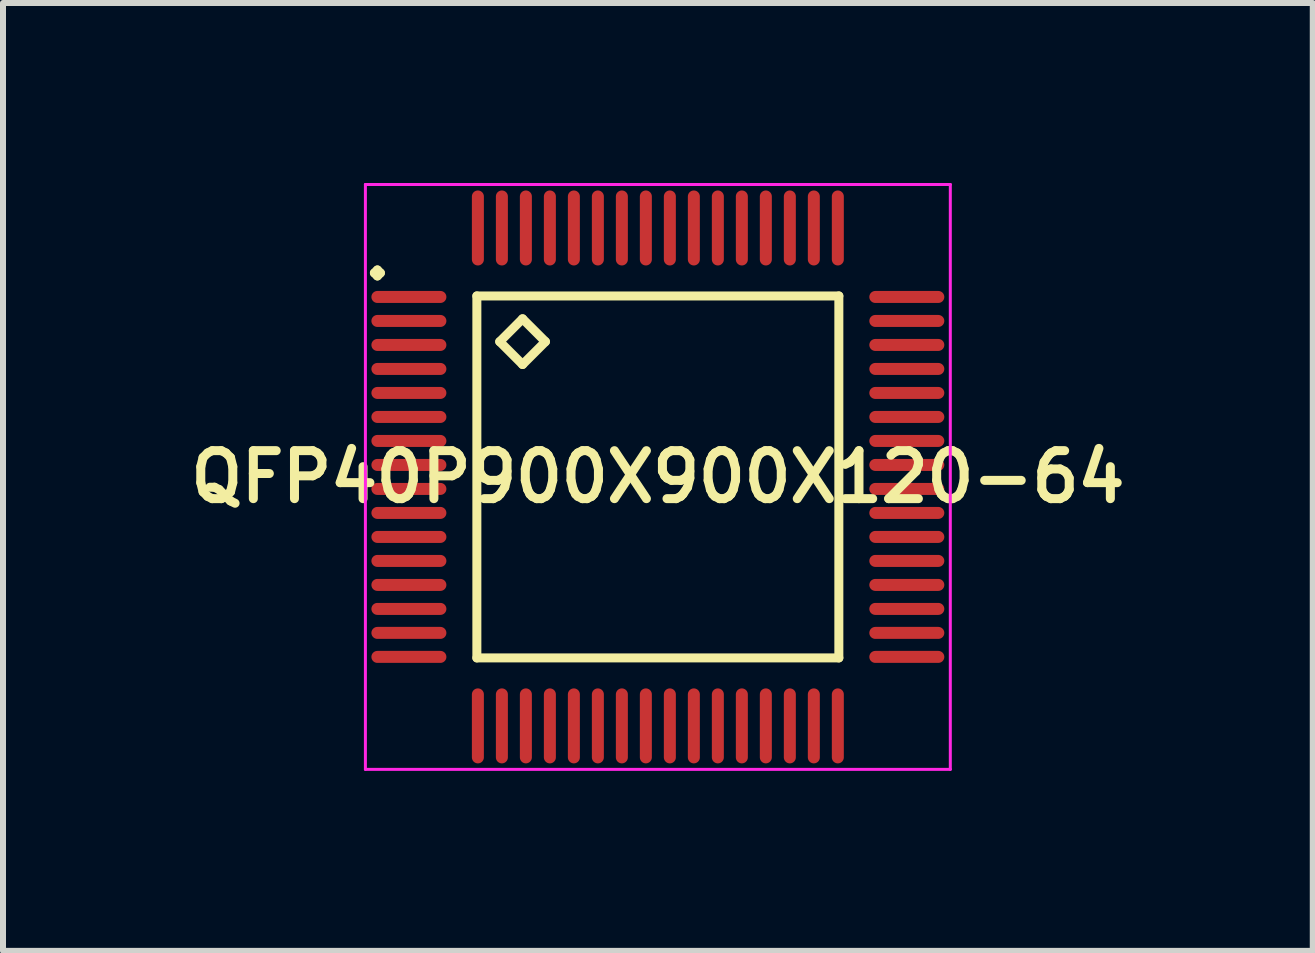
<source format=kicad_pcb>
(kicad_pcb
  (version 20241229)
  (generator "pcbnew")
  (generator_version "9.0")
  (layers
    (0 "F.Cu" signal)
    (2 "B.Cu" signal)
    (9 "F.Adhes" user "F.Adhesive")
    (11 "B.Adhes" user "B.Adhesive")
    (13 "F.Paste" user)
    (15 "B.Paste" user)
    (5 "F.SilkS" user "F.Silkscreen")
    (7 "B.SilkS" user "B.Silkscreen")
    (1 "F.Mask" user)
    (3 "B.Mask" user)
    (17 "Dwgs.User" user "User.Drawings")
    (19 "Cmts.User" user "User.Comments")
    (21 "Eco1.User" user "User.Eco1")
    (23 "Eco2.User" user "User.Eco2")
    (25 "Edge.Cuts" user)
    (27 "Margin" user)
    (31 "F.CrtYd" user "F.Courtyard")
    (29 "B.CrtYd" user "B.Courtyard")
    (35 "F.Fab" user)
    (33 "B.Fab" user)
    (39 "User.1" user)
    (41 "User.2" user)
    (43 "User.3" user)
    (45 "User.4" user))
  (footprint "QFP40P900X900X120-64"
    (layer "F.Cu")
    (at 7.916 4.9)
    (property "Reference" "QFP40P900X900X120-64" (at 0 0 0) (layer "F.SilkS") (effects (font (size 0.8 0.8) (thickness 0.15))))
    (attr smd)
    (fp_line (start -4.725 -3.4) (end -4.675 -3.45) (stroke (width 0.15) (type solid)) (layer "F.SilkS"))
    (fp_line (start -4.675 -3.45) (end -4.625 -3.4) (stroke (width 0.15) (type solid)) (layer "F.SilkS"))
    (fp_line (start -4.675 -3.35) (end -4.725 -3.4) (stroke (width 0.15) (type solid)) (layer "F.SilkS"))
    (fp_line (start -4.625 -3.4) (end -4.675 -3.35) (stroke (width 0.15) (type solid)) (layer "F.SilkS"))
    (fp_line (start -3.017 -3.017) (end -3.017 3.017) (stroke (width 0.15) (type solid)) (layer "F.SilkS"))
    (fp_line (start -3.017 3.017) (end 3.017 3.017) (stroke (width 0.15) (type solid)) (layer "F.SilkS"))
    (fp_line (start -2.636 -2.255) (end -2.255 -2.636) (stroke (width 0.15) (type solid)) (layer "F.SilkS"))
    (fp_line (start -2.255 -2.636) (end -1.874 -2.255) (stroke (width 0.15) (type solid)) (layer "F.SilkS"))
    (fp_line (start -2.255 -1.874) (end -2.636 -2.255) (stroke (width 0.15) (type solid)) (layer "F.SilkS"))
    (fp_line (start -1.874 -2.255) (end -2.255 -1.874) (stroke (width 0.15) (type solid)) (layer "F.SilkS"))
    (fp_line (start 3.017 -3.017) (end -3.017 -3.017) (stroke (width 0.15) (type solid)) (layer "F.SilkS"))
    (fp_line (start 3.017 3.017) (end 3.017 -3.017) (stroke (width 0.15) (type solid)) (layer "F.SilkS"))
    (fp_line (start -4.875 -4.875) (end 4.875 -4.875) (stroke (width 0.05) (type solid)) (layer "F.CrtYd"))
    (fp_line (start -4.875 4.875) (end -4.875 -4.875) (stroke (width 0.05) (type solid)) (layer "F.CrtYd"))
    (fp_line (start 4.875 -4.875) (end 4.875 4.875) (stroke (width 0.05) (type solid)) (layer "F.CrtYd"))
    (fp_line (start 4.875 4.875) (end -4.875 4.875) (stroke (width 0.05) (type solid)) (layer "F.CrtYd"))
    (pad "1" smd oval (at -4.15 -3) (size 1.25 0.2) (layers "F.Cu" "F.Mask" "F.Paste"))
    (pad "2" smd oval (at -4.15 -2.6) (size 1.25 0.2) (layers "F.Cu" "F.Mask" "F.Paste"))
    (pad "3" smd oval (at -4.15 -2.2) (size 1.25 0.2) (layers "F.Cu" "F.Mask" "F.Paste"))
    (pad "4" smd oval (at -4.15 -1.8) (size 1.25 0.2) (layers "F.Cu" "F.Mask" "F.Paste"))
    (pad "5" smd oval (at -4.15 -1.4) (size 1.25 0.2) (layers "F.Cu" "F.Mask" "F.Paste"))
    (pad "6" smd oval (at -4.15 -1) (size 1.25 0.2) (layers "F.Cu" "F.Mask" "F.Paste"))
    (pad "7" smd oval (at -4.15 -0.6) (size 1.25 0.2) (layers "F.Cu" "F.Mask" "F.Paste"))
    (pad "8" smd oval (at -4.15 -0.2) (size 1.25 0.2) (layers "F.Cu" "F.Mask" "F.Paste"))
    (pad "9" smd oval (at -4.15 0.2) (size 1.25 0.2) (layers "F.Cu" "F.Mask" "F.Paste"))
    (pad "10" smd oval (at -4.15 0.6) (size 1.25 0.2) (layers "F.Cu" "F.Mask" "F.Paste"))
    (pad "11" smd oval (at -4.15 1) (size 1.25 0.2) (layers "F.Cu" "F.Mask" "F.Paste"))
    (pad "12" smd oval (at -4.15 1.4) (size 1.25 0.2) (layers "F.Cu" "F.Mask" "F.Paste"))
    (pad "13" smd oval (at -4.15 1.8) (size 1.25 0.2) (layers "F.Cu" "F.Mask" "F.Paste"))
    (pad "14" smd oval (at -4.15 2.2) (size 1.25 0.2) (layers "F.Cu" "F.Mask" "F.Paste"))
    (pad "15" smd oval (at -4.15 2.6) (size 1.25 0.2) (layers "F.Cu" "F.Mask" "F.Paste"))
    (pad "16" smd oval (at -4.15 3) (size 1.25 0.2) (layers "F.Cu" "F.Mask" "F.Paste"))
    (pad "17" smd oval (at -3 4.15) (size 0.2 1.25) (layers "F.Cu" "F.Mask" "F.Paste"))
    (pad "18" smd oval (at -2.6 4.15) (size 0.2 1.25) (layers "F.Cu" "F.Mask" "F.Paste"))
    (pad "19" smd oval (at -2.2 4.15) (size 0.2 1.25) (layers "F.Cu" "F.Mask" "F.Paste"))
    (pad "20" smd oval (at -1.8 4.15) (size 0.2 1.25) (layers "F.Cu" "F.Mask" "F.Paste"))
    (pad "21" smd oval (at -1.4 4.15) (size 0.2 1.25) (layers "F.Cu" "F.Mask" "F.Paste"))
    (pad "22" smd oval (at -1 4.15) (size 0.2 1.25) (layers "F.Cu" "F.Mask" "F.Paste"))
    (pad "23" smd oval (at -0.6 4.15) (size 0.2 1.25) (layers "F.Cu" "F.Mask" "F.Paste"))
    (pad "24" smd oval (at -0.2 4.15) (size 0.2 1.25) (layers "F.Cu" "F.Mask" "F.Paste"))
    (pad "25" smd oval (at 0.2 4.15) (size 0.2 1.25) (layers "F.Cu" "F.Mask" "F.Paste"))
    (pad "26" smd oval (at 0.6 4.15) (size 0.2 1.25) (layers "F.Cu" "F.Mask" "F.Paste"))
    (pad "27" smd oval (at 1 4.15) (size 0.2 1.25) (layers "F.Cu" "F.Mask" "F.Paste"))
    (pad "28" smd oval (at 1.4 4.15) (size 0.2 1.25) (layers "F.Cu" "F.Mask" "F.Paste"))
    (pad "29" smd oval (at 1.8 4.15) (size 0.2 1.25) (layers "F.Cu" "F.Mask" "F.Paste"))
    (pad "30" smd oval (at 2.2 4.15) (size 0.2 1.25) (layers "F.Cu" "F.Mask" "F.Paste"))
    (pad "31" smd oval (at 2.6 4.15) (size 0.2 1.25) (layers "F.Cu" "F.Mask" "F.Paste"))
    (pad "32" smd oval (at 3 4.15) (size 0.2 1.25) (layers "F.Cu" "F.Mask" "F.Paste"))
    (pad "33" smd oval (at 4.15 3) (size 1.25 0.2) (layers "F.Cu" "F.Mask" "F.Paste"))
    (pad "34" smd oval (at 4.15 2.6) (size 1.25 0.2) (layers "F.Cu" "F.Mask" "F.Paste"))
    (pad "35" smd oval (at 4.15 2.2) (size 1.25 0.2) (layers "F.Cu" "F.Mask" "F.Paste"))
    (pad "36" smd oval (at 4.15 1.8) (size 1.25 0.2) (layers "F.Cu" "F.Mask" "F.Paste"))
    (pad "37" smd oval (at 4.15 1.4) (size 1.25 0.2) (layers "F.Cu" "F.Mask" "F.Paste"))
    (pad "38" smd oval (at 4.15 1) (size 1.25 0.2) (layers "F.Cu" "F.Mask" "F.Paste"))
    (pad "39" smd oval (at 4.15 0.6) (size 1.25 0.2) (layers "F.Cu" "F.Mask" "F.Paste"))
    (pad "40" smd oval (at 4.15 0.2) (size 1.25 0.2) (layers "F.Cu" "F.Mask" "F.Paste"))
    (pad "41" smd oval (at 4.15 -0.2) (size 1.25 0.2) (layers "F.Cu" "F.Mask" "F.Paste"))
    (pad "42" smd oval (at 4.15 -0.6) (size 1.25 0.2) (layers "F.Cu" "F.Mask" "F.Paste"))
    (pad "43" smd oval (at 4.15 -1) (size 1.25 0.2) (layers "F.Cu" "F.Mask" "F.Paste"))
    (pad "44" smd oval (at 4.15 -1.4) (size 1.25 0.2) (layers "F.Cu" "F.Mask" "F.Paste"))
    (pad "45" smd oval (at 4.15 -1.8) (size 1.25 0.2) (layers "F.Cu" "F.Mask" "F.Paste"))
    (pad "46" smd oval (at 4.15 -2.2) (size 1.25 0.2) (layers "F.Cu" "F.Mask" "F.Paste"))
    (pad "47" smd oval (at 4.15 -2.6) (size 1.25 0.2) (layers "F.Cu" "F.Mask" "F.Paste"))
    (pad "48" smd oval (at 4.15 -3) (size 1.25 0.2) (layers "F.Cu" "F.Mask" "F.Paste"))
    (pad "49" smd oval (at 3 -4.15) (size 0.2 1.25) (layers "F.Cu" "F.Mask" "F.Paste"))
    (pad "50" smd oval (at 2.6 -4.15) (size 0.2 1.25) (layers "F.Cu" "F.Mask" "F.Paste"))
    (pad "51" smd oval (at 2.2 -4.15) (size 0.2 1.25) (layers "F.Cu" "F.Mask" "F.Paste"))
    (pad "52" smd oval (at 1.8 -4.15) (size 0.2 1.25) (layers "F.Cu" "F.Mask" "F.Paste"))
    (pad "53" smd oval (at 1.4 -4.15) (size 0.2 1.25) (layers "F.Cu" "F.Mask" "F.Paste"))
    (pad "54" smd oval (at 1 -4.15) (size 0.2 1.25) (layers "F.Cu" "F.Mask" "F.Paste"))
    (pad "55" smd oval (at 0.6 -4.15) (size 0.2 1.25) (layers "F.Cu" "F.Mask" "F.Paste"))
    (pad "56" smd oval (at 0.2 -4.15) (size 0.2 1.25) (layers "F.Cu" "F.Mask" "F.Paste"))
    (pad "57" smd oval (at -0.2 -4.15) (size 0.2 1.25) (layers "F.Cu" "F.Mask" "F.Paste"))
    (pad "58" smd oval (at -0.6 -4.15) (size 0.2 1.25) (layers "F.Cu" "F.Mask" "F.Paste"))
    (pad "59" smd oval (at -1 -4.15) (size 0.2 1.25) (layers "F.Cu" "F.Mask" "F.Paste"))
    (pad "60" smd oval (at -1.4 -4.15) (size 0.2 1.25) (layers "F.Cu" "F.Mask" "F.Paste"))
    (pad "61" smd oval (at -1.8 -4.15) (size 0.2 1.25) (layers "F.Cu" "F.Mask" "F.Paste"))
    (pad "62" smd oval (at -2.2 -4.15) (size 0.2 1.25) (layers "F.Cu" "F.Mask" "F.Paste"))
    (pad "63" smd oval (at -2.6 -4.15) (size 0.2 1.25) (layers "F.Cu" "F.Mask" "F.Paste"))
    (pad "64" smd oval (at -3 -4.15) (size 0.2 1.25) (layers "F.Cu" "F.Mask" "F.Paste")))
  (gr_rect
    (start -3 -3)
    (end 18.833 12.8)
    (stroke (width 0.1) (type default))
    (fill no)
    (layer "Edge.Cuts")))
</source>
